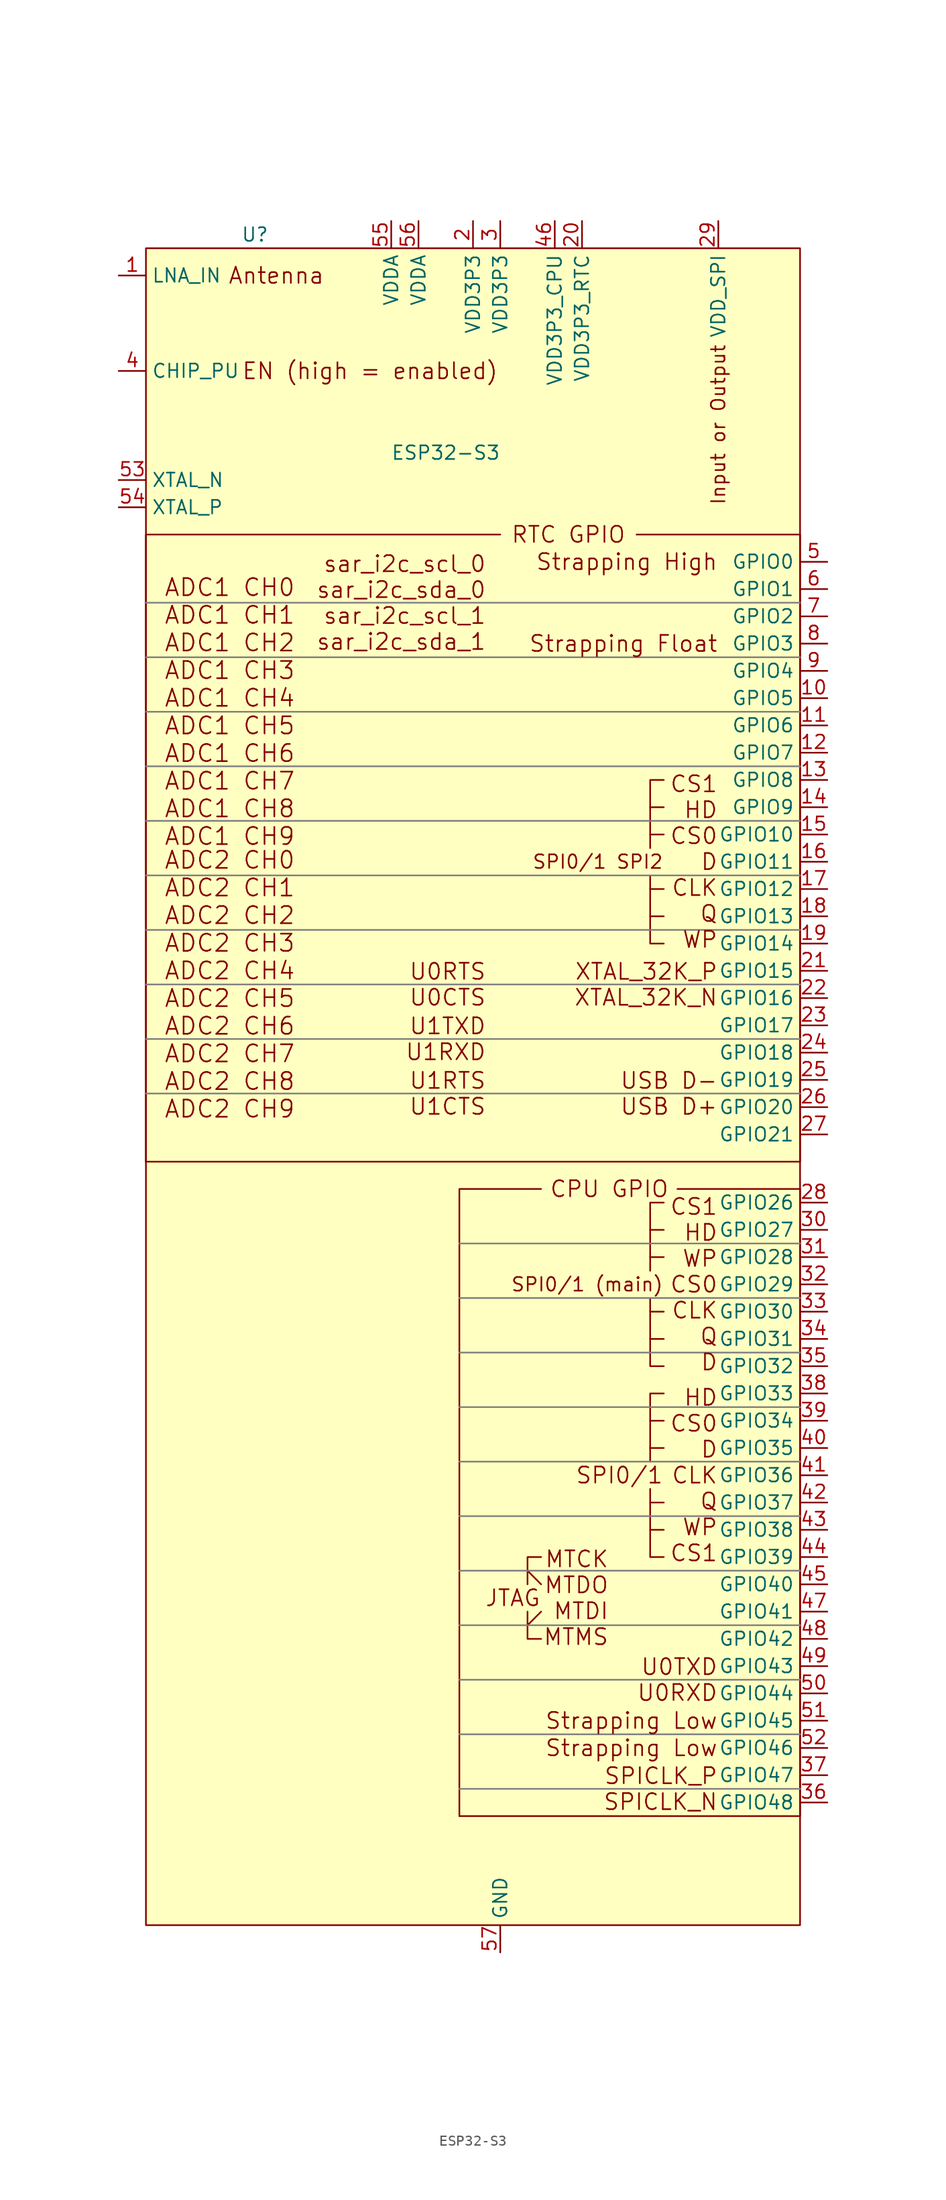
<source format=kicad_sym>
(kicad_symbol_lib
  (version 20231120)
  (generator "kicad_symbol_editor")
  (generator_version "8.0")
  (symbol "ESP32-S3"
    (property "Reference" "U"
      (at -22.86 27.94 0)
      (effects (font (size 1.27 1.27))))
    (property "Value" "ESP32-S3"
      (at -5.08 7.62 0)
      (effects (font (size 1.27 1.27))))
    (symbol "ESP32-S3_0_0"
      (pin bidirectional line (at 30.48 -15.24 180) (length 2.54) (name "GPIO5" (effects (font (size 1.27 1.27)))) (number "10" (effects (font (size 1.27 1.27)))))
      (pin bidirectional line (at 30.48 -17.78 180) (length 2.54) (name "GPIO6" (effects (font (size 1.27 1.27)))) (number "11" (effects (font (size 1.27 1.27)))))
      (pin bidirectional line (at 30.48 -20.32 180) (length 2.54) (name "GPIO7" (effects (font (size 1.27 1.27)))) (number "12" (effects (font (size 1.27 1.27)))))
      (pin bidirectional line (at 30.48 -22.86 180) (length 2.54) (name "GPIO8" (effects (font (size 1.27 1.27)))) (number "13" (effects (font (size 1.27 1.27)))))
      (pin bidirectional line (at 30.48 -25.4 180) (length 2.54) (name "GPIO9" (effects (font (size 1.27 1.27)))) (number "14" (effects (font (size 1.27 1.27)))))
      (pin bidirectional line (at 30.48 -27.94 180) (length 2.54) (name "GPIO10" (effects (font (size 1.27 1.27)))) (number "15" (effects (font (size 1.27 1.27)))))
      (pin bidirectional line (at 30.48 -30.48 180) (length 2.54) (name "GPIO11" (effects (font (size 1.27 1.27)))) (number "16" (effects (font (size 1.27 1.27)))))
      (pin bidirectional line (at 30.48 -33.02 180) (length 2.54) (name "GPIO12" (effects (font (size 1.27 1.27)))) (number "17" (effects (font (size 1.27 1.27)))))
      (pin bidirectional line (at 30.48 -35.56 180) (length 2.54) (name "GPIO13" (effects (font (size 1.27 1.27)))) (number "18" (effects (font (size 1.27 1.27)))))
      (pin bidirectional line (at 30.48 -38.1 180) (length 2.54) (name "GPIO14" (effects (font (size 1.27 1.27)))) (number "19" (effects (font (size 1.27 1.27)))))
      (pin power_in line (at -2.54 29.21 270) (length 2.54) (name "VDD3P3" (effects (font (size 1.27 1.27)))) (number "2" (effects (font (size 1.27 1.27)))))
      (pin power_in line (at 7.62 29.21 270) (length 2.54) (name "VDD3P3_RTC" (effects (font (size 1.27 1.27)))) (number "20" (effects (font (size 1.27 1.27)))))
      (pin bidirectional line (at 30.48 -45.72 180) (length 2.54) (name "GPIO17" (effects (font (size 1.27 1.27)))) (number "23" (effects (font (size 1.27 1.27)))))
      (pin bidirectional line (at 30.48 -48.26 180) (length 2.54) (name "GPIO18" (effects (font (size 1.27 1.27)))) (number "24" (effects (font (size 1.27 1.27)))))
      (pin bidirectional line (at 30.48 -50.8 180) (length 2.54) (name "GPIO19" (effects (font (size 1.27 1.27)))) (number "25" (effects (font (size 1.27 1.27)))))
      (pin bidirectional line (at 30.48 -53.34 180) (length 2.54) (name "GPIO20" (effects (font (size 1.27 1.27)))) (number "26" (effects (font (size 1.27 1.27)))))
      (pin bidirectional line (at 30.48 -55.88 180) (length 2.54) (name "GPIO21" (effects (font (size 1.27 1.27)))) (number "27" (effects (font (size 1.27 1.27)))))
      (pin power_in line (at 0 29.21 270) (length 2.54) (name "VDD3P3" (effects (font (size 1.27 1.27)))) (number "3" (effects (font (size 1.27 1.27)))))
      (pin bidirectional line (at 30.48 -80.01 180) (length 2.54) (name "GPIO33" (effects (font (size 1.27 1.27)))) (number "38" (effects (font (size 1.27 1.27)))))
      (pin bidirectional line (at 30.48 -82.55 180) (length 2.54) (name "GPIO34" (effects (font (size 1.27 1.27)))) (number "39" (effects (font (size 1.27 1.27)))))
      (pin unspecified line (at -35.56 15.24 0) (length 2.54) (name "CHIP_PU" (effects (font (size 1.27 1.27)))) (number "4" (effects (font (size 1.27 1.27)))))
      (pin bidirectional line (at 30.48 -85.09 180) (length 2.54) (name "GPIO35" (effects (font (size 1.27 1.27)))) (number "40" (effects (font (size 1.27 1.27)))))
      (pin bidirectional line (at 30.48 -87.63 180) (length 2.54) (name "GPIO36" (effects (font (size 1.27 1.27)))) (number "41" (effects (font (size 1.27 1.27)))))
      (pin bidirectional line (at 30.48 -90.17 180) (length 2.54) (name "GPIO37" (effects (font (size 1.27 1.27)))) (number "42" (effects (font (size 1.27 1.27)))))
      (pin bidirectional line (at 30.48 -92.71 180) (length 2.54) (name "GPIO38" (effects (font (size 1.27 1.27)))) (number "43" (effects (font (size 1.27 1.27)))))
      (pin power_in line (at 5.08 29.21 270) (length 2.54) (name "VDD3P3_CPU" (effects (font (size 1.27 1.27)))) (number "46" (effects (font (size 1.27 1.27)))))
      (pin bidirectional line (at 30.48 -2.54 180) (length 2.54) (name "GPIO0" (effects (font (size 1.27 1.27)))) (number "5" (effects (font (size 1.27 1.27)))))
      (pin bidirectional line (at 30.48 -110.49 180) (length 2.54) (name "GPIO45" (effects (font (size 1.27 1.27)))) (number "51" (effects (font (size 1.27 1.27)))))
      (pin bidirectional line (at 30.48 -113.03 180) (length 2.54) (name "GPIO46" (effects (font (size 1.27 1.27)))) (number "52" (effects (font (size 1.27 1.27)))))
      (pin unspecified line (at -35.56 5.08 0) (length 2.54) (name "XTAL_N" (effects (font (size 1.27 1.27)))) (number "53" (effects (font (size 1.27 1.27)))))
      (pin unspecified line (at -35.56 2.54 0) (length 2.54) (name "XTAL_P" (effects (font (size 1.27 1.27)))) (number "54" (effects (font (size 1.27 1.27)))))
      (pin power_in line (at -10.16 29.21 270) (length 2.54) (name "VDDA" (effects (font (size 1.27 1.27)))) (number "55" (effects (font (size 1.27 1.27)))))
      (pin power_in line (at -7.62 29.21 270) (length 2.54) (name "VDDA" (effects (font (size 1.27 1.27)))) (number "56" (effects (font (size 1.27 1.27)))))
      (pin power_in line (at 0 -132.08 90) (length 2.54) (name "GND" (effects (font (size 1.27 1.27)))) (number "57" (effects (font (size 1.27 1.27)))))
      (pin bidirectional line (at 30.48 -5.08 180) (length 2.54) (name "GPIO1" (effects (font (size 1.27 1.27)))) (number "6" (effects (font (size 1.27 1.27)))))
      (pin bidirectional line (at 30.48 -7.62 180) (length 2.54) (name "GPIO2" (effects (font (size 1.27 1.27)))) (number "7" (effects (font (size 1.27 1.27)))))
      (pin bidirectional line (at 30.48 -10.16 180) (length 2.54) (name "GPIO3" (effects (font (size 1.27 1.27)))) (number "8" (effects (font (size 1.27 1.27)))))
      (pin bidirectional line (at 30.48 -12.7 180) (length 2.54) (name "GPIO4" (effects (font (size 1.27 1.27)))) (number "9" (effects (font (size 1.27 1.27))))))
    (symbol "ESP32-S3_1_0"
      (rectangle (start -33.02 26.67) (end 27.94 -129.54) (stroke (width 0) (type default)) (fill (type background)))
      (polyline (pts (xy 2.54 -101.6) (xy 3.81 -100.33)) (stroke (width 0) (type default)) (fill (type none)))
      (polyline (pts (xy 2.54 -96.52) (xy 3.81 -97.79)) (stroke (width 0) (type default)) (fill (type none)))
      (polyline (pts (xy 13.97 -92.71) (xy 15.24 -92.71)) (stroke (width 0) (type default)) (fill (type none)))
      (polyline (pts (xy 13.97 -85.09) (xy 15.24 -85.09)) (stroke (width 0) (type default)) (fill (type none)))
      (polyline (pts (xy 13.97 -82.55) (xy 15.24 -82.55)) (stroke (width 0) (type default)) (fill (type none)))
      (polyline (pts (xy 13.97 -74.93) (xy 15.24 -74.93)) (stroke (width 0) (type default)) (fill (type none)))
      (polyline (pts (xy 13.97 -67.31) (xy 15.24 -67.31)) (stroke (width 0) (type default)) (fill (type none)))
      (polyline (pts (xy 13.97 -64.77) (xy 15.24 -64.77)) (stroke (width 0) (type default)) (fill (type none)))
      (polyline (pts (xy 13.97 -35.56) (xy 15.24 -35.56)) (stroke (width 0) (type default)) (fill (type none)))
      (polyline (pts (xy 13.97 -27.94) (xy 15.24 -27.94)) (stroke (width 0) (type default)) (fill (type none)))
      (polyline (pts (xy 13.97 -25.4) (xy 15.24 -25.4)) (stroke (width 0) (type default)) (fill (type none)))
      (polyline (pts (xy 15.24 -90.17) (xy 13.97 -90.17)) (stroke (width 0) (type default)) (fill (type none)))
      (polyline (pts (xy 15.24 -72.39) (xy 13.97 -72.39)) (stroke (width 0) (type default)) (fill (type none)))
      (polyline (pts (xy 15.24 -33.02) (xy 13.97 -33.02)) (stroke (width 0) (type default)) (fill (type none)))
      (polyline (pts (xy 2.54 -100.33) (xy 2.54 -102.87) (xy 3.81 -102.87)) (stroke (width 0) (type default)) (fill (type none)))
      (polyline (pts (xy 2.54 -97.79) (xy 2.54 -95.25) (xy 3.81 -95.25)) (stroke (width 0) (type default)) (fill (type none)))
      (polyline (pts (xy 13.97 -88.9) (xy 13.97 -95.25) (xy 15.24 -95.25)) (stroke (width 0) (type default)) (fill (type none)))
      (polyline (pts (xy 13.97 -86.36) (xy 13.97 -80.01) (xy 15.24 -80.01)) (stroke (width 0) (type default)) (fill (type none)))
      (polyline (pts (xy 13.97 -71.12) (xy 13.97 -77.47) (xy 15.24 -77.47)) (stroke (width 0) (type default)) (fill (type none)))
      (polyline (pts (xy 13.97 -68.58) (xy 13.97 -62.23) (xy 15.24 -62.23)) (stroke (width 0) (type default)) (fill (type none)))
      (polyline (pts (xy 13.97 -31.75) (xy 13.97 -38.1) (xy 15.24 -38.1)) (stroke (width 0) (type default)) (fill (type none)))
      (polyline (pts (xy 13.97 -29.21) (xy 13.97 -22.86) (xy 15.24 -22.86)) (stroke (width 0) (type default)) (fill (type none)))
      (polyline (pts (xy 12.7 0) (xy 27.94 0) (xy 27.94 -58.42) (xy -33.02 -58.42)) (stroke (width 0) (type default)) (fill (type none)))
      (polyline (pts (xy 16.51 -60.96) (xy 27.94 -60.96) (xy 27.94 -119.38) (xy -3.81 -119.38)) (stroke (width 0) (type default)) (fill (type none)))
      (text "HD\nCS0\nD\nCLK\nQ\nWP\nCS1" (at 20.32 -87.63 0) (effects (font (size 1.5 1.5)) (justify right)))
      (text "JTAG" (at 3.81 -99.06 0) (effects (font (size 1.5 1.5)) (justify right)))
      (text "MTCK\nMTDO\nMTDI\nMTMS" (at 10.16 -99.06 0) (effects (font (size 1.5 1.5)) (justify right)))
      (text "SPI0/1" (at 15.24 -87.63 0) (effects (font (size 1.5 1.5)) (justify right)))
      (text "SPI0/1 (main)" (at 15.24 -69.85 0) (effects (font (size 1.27 1.27)) (justify right)))
      (text "SPI0/1 SPI2" (at 15.24 -30.48 0) (effects (font (size 1.27 1.27)) (justify right)))
      (text "SPICLK_P\nSPICLK_N" (at 20.32 -116.84 0) (effects (font (size 1.5 1.5)) (justify right)))
      (text "U0RTS\nU0CTS" (at -1.27 -41.91 0) (effects (font (size 1.5 1.5)) (justify right)))
      (text "U0TXD\nU0RXD" (at 20.32 -106.68 0) (effects (font (size 1.5 1.5)) (justify right)))
      (text "U1RTS\nU1CTS" (at -1.27 -52.07 0) (effects (font (size 1.5 1.5)) (justify right)))
      (text "U1TXD\nU1RXD" (at -1.27 -46.99 0) (effects (font (size 1.5 1.5)) (justify right)))
      (text "USB D-\nUSB D+" (at 20.32 -52.07 0) (effects (font (size 1.5 1.5)) (justify right)))
      (text "XTAL_32K_P\nXTAL_32K_N" (at 20.32 -41.91 0) (effects (font (size 1.5 1.5)) (justify right)))
      (pin output line (at -35.56 24.13 0) (length 2.54) (name "LNA_IN" (effects (font (size 1.27 1.27)))) (number "1" (effects (font (size 1.27 1.27)))))
      (pin bidirectional line (at 30.48 -40.64 180) (length 2.54) (name "GPIO15" (effects (font (size 1.27 1.27)))) (number "21" (effects (font (size 1.27 1.27)))))
      (pin bidirectional line (at 30.48 -43.18 180) (length 2.54) (name "GPIO16" (effects (font (size 1.27 1.27)))) (number "22" (effects (font (size 1.27 1.27)))))
      (pin bidirectional line (at 30.48 -62.23 180) (length 2.54) (name "GPIO26" (effects (font (size 1.27 1.27)))) (number "28" (effects (font (size 1.27 1.27)))))
      (pin unspecified line (at 20.32 29.21 270) (length 2.54) (name "VDD_SPI" (effects (font (size 1.27 1.27)))) (number "29" (effects (font (size 1.27 1.27)))))
      (pin bidirectional line (at 30.48 -64.77 180) (length 2.54) (name "GPIO27" (effects (font (size 1.27 1.27)))) (number "30" (effects (font (size 1.27 1.27)))))
      (pin bidirectional line (at 30.48 -67.31 180) (length 2.54) (name "GPIO28" (effects (font (size 1.27 1.27)))) (number "31" (effects (font (size 1.27 1.27)))))
      (pin bidirectional line (at 30.48 -69.85 180) (length 2.54) (name "GPIO29" (effects (font (size 1.27 1.27)))) (number "32" (effects (font (size 1.27 1.27)))))
      (pin bidirectional line (at 30.48 -72.39 180) (length 2.54) (name "GPIO30" (effects (font (size 1.27 1.27)))) (number "33" (effects (font (size 1.27 1.27)))))
      (pin bidirectional line (at 30.48 -74.93 180) (length 2.54) (name "GPIO31" (effects (font (size 1.27 1.27)))) (number "34" (effects (font (size 1.27 1.27)))))
      (pin bidirectional line (at 30.48 -77.47 180) (length 2.54) (name "GPIO32" (effects (font (size 1.27 1.27)))) (number "35" (effects (font (size 1.27 1.27)))))
      (pin bidirectional line (at 30.48 -118.11 180) (length 2.54) (name "GPIO48" (effects (font (size 1.27 1.27)))) (number "36" (effects (font (size 1.27 1.27)))))
      (pin bidirectional line (at 30.48 -115.57 180) (length 2.54) (name "GPIO47" (effects (font (size 1.27 1.27)))) (number "37" (effects (font (size 1.27 1.27)))))
      (pin bidirectional line (at 30.48 -95.25 180) (length 2.54) (name "GPIO39" (effects (font (size 1.27 1.27)))) (number "44" (effects (font (size 1.27 1.27)))))
      (pin bidirectional line (at 30.48 -97.79 180) (length 2.54) (name "GPIO40" (effects (font (size 1.27 1.27)))) (number "45" (effects (font (size 1.27 1.27)))))
      (pin bidirectional line (at 30.48 -100.33 180) (length 2.54) (name "GPIO41" (effects (font (size 1.27 1.27)))) (number "47" (effects (font (size 1.27 1.27)))))
      (pin bidirectional line (at 30.48 -102.87 180) (length 2.54) (name "GPIO42" (effects (font (size 1.27 1.27)))) (number "48" (effects (font (size 1.27 1.27)))))
      (pin bidirectional line (at 30.48 -105.41 180) (length 2.54) (name "GPIO43" (effects (font (size 1.27 1.27)))) (number "49" (effects (font (size 1.27 1.27)))))
      (pin bidirectional line (at 30.48 -107.95 180) (length 2.54) (name "GPIO44" (effects (font (size 1.27 1.27)))) (number "50" (effects (font (size 1.27 1.27))))))
    (symbol "ESP32-S3_1_1"
      (polyline (pts (xy 27.94 -116.84) (xy -3.81 -116.84)) (stroke (width 0) (type default) (color 127 127 127 1)) (fill (type none)))
      (polyline (pts (xy 27.94 -111.76) (xy -3.81 -111.76)) (stroke (width 0) (type default) (color 127 127 127 1)) (fill (type none)))
      (polyline (pts (xy 27.94 -106.68) (xy -3.81 -106.68)) (stroke (width 0) (type default) (color 127 127 127 1)) (fill (type none)))
      (polyline (pts (xy 27.94 -101.6) (xy -3.81 -101.6)) (stroke (width 0) (type default) (color 127 127 127 1)) (fill (type none)))
      (polyline (pts (xy 27.94 -96.52) (xy -3.81 -96.52)) (stroke (width 0) (type default) (color 127 127 127 1)) (fill (type none)))
      (polyline (pts (xy 27.94 -91.44) (xy -3.81 -91.44)) (stroke (width 0) (type default) (color 127 127 127 1)) (fill (type none)))
      (polyline (pts (xy 27.94 -86.36) (xy -3.81 -86.36)) (stroke (width 0) (type default) (color 127 127 127 1)) (fill (type none)))
      (polyline (pts (xy 27.94 -81.28) (xy -3.81 -81.28)) (stroke (width 0) (type default) (color 127 127 127 1)) (fill (type none)))
      (polyline (pts (xy 27.94 -76.2) (xy -3.81 -76.2)) (stroke (width 0) (type default) (color 127 127 127 1)) (fill (type none)))
      (polyline (pts (xy 27.94 -71.12) (xy -3.81 -71.12)) (stroke (width 0) (type default) (color 127 127 127 1)) (fill (type none)))
      (polyline (pts (xy 27.94 -66.04) (xy -3.81 -66.04)) (stroke (width 0) (type default) (color 127 127 127 1)) (fill (type none)))
      (polyline (pts (xy 27.94 -52.07) (xy -33.02 -52.07)) (stroke (width 0) (type default) (color 127 127 127 1)) (fill (type none)))
      (polyline (pts (xy 27.94 -46.99) (xy -33.02 -46.99)) (stroke (width 0) (type default) (color 127 127 127 1)) (fill (type none)))
      (polyline (pts (xy 27.94 -41.91) (xy -33.02 -41.91)) (stroke (width 0) (type default) (color 127 127 127 1)) (fill (type none)))
      (polyline (pts (xy 27.94 -36.83) (xy -33.02 -36.83)) (stroke (width 0) (type default) (color 127 127 127 1)) (fill (type none)))
      (polyline (pts (xy 27.94 -31.75) (xy -33.02 -31.75)) (stroke (width 0) (type default) (color 127 127 127 1)) (fill (type none)))
      (polyline (pts (xy 27.94 -26.67) (xy -33.02 -26.67)) (stroke (width 0) (type default) (color 127 127 127 1)) (fill (type none)))
      (polyline (pts (xy 27.94 -21.59) (xy -33.02 -21.59)) (stroke (width 0) (type default) (color 127 127 127 1)) (fill (type none)))
      (polyline (pts (xy 27.94 -16.51) (xy -33.02 -16.51)) (stroke (width 0) (type default) (color 127 127 127 1)) (fill (type none)))
      (polyline (pts (xy 27.94 -11.43) (xy -33.02 -11.43)) (stroke (width 0) (type default) (color 127 127 127 1)) (fill (type none)))
      (polyline (pts (xy 27.94 -6.35) (xy -33.02 -6.35)) (stroke (width 0) (type default) (color 127 127 127 1)) (fill (type none)))
      (polyline (pts (xy 0 0) (xy -33.02 0) (xy -33.02 -58.42)) (stroke (width 0) (type default)) (fill (type none)))
      (polyline (pts (xy 3.81 -60.96) (xy -3.81 -60.96) (xy -3.81 -119.38)) (stroke (width 0) (type default)) (fill (type none)))
      (text "ADC1 CH0\nADC1 CH1\nADC1 CH2\nADC1 CH3\nADC1 CH4\nADC1 CH5\nADC1 CH6\nADC1 CH7\nADC1 CH8\nADC1 CH9" (at -19.05 -16.51 0) (effects (font (size 1.6 1.6)) (justify right)))
      (text "ADC2 CH0\nADC2 CH1\nADC2 CH2\nADC2 CH3\nADC2 CH4\nADC2 CH5\nADC2 CH6\nADC2 CH7\nADC2 CH8\nADC2 CH9" (at -19.05 -41.91 0) (effects (font (size 1.6 1.6)) (justify right)))
      (text "Antenna" (at -25.4 24.13 0) (effects (font (size 1.5 1.5)) (justify left)))
      (text "CPU GPIO" (at 10.16 -60.96 0) (effects (font (size 1.5 1.5))))
      (text "CS1\nHD\nCS0\nD\nCLK\nQ\nWP" (at 20.32 -30.48 0) (effects (font (size 1.5 1.5)) (justify right)))
      (text "CS1\nHD\nWP\nCS0\nCLK\nQ\nD" (at 20.32 -69.85 0) (effects (font (size 1.5 1.5)) (justify right)))
      (text "EN (high = enabled)" (at -24.13 15.24 0) (effects (font (size 1.5 1.5)) (justify left)))
      (text "Input or Output" (at 20.32 17.78 900) (effects (font (size 1.27 1.27)) (justify right)))
      (text "RTC GPIO" (at 6.35 0 0) (effects (font (size 1.5 1.5))))
      (text "sar_i2c_scl_0\nsar_i2c_sda_0\nsar_i2c_scl_1\nsar_i2c_sda_1" (at -1.27 -6.35 0) (effects (font (size 1.5 1.5)) (justify right)))
      (text "Strapping Float" (at 20.32 -10.16 0) (effects (font (size 1.5 1.5)) (justify right)))
      (text "Strapping High" (at 20.32 -2.54 0) (effects (font (size 1.5 1.5)) (justify right)))
      (text "Strapping Low" (at 20.32 -113.03 0) (effects (font (size 1.5 1.5)) (justify right)))
      (text "Strapping Low" (at 20.32 -110.49 0) (effects (font (size 1.5 1.5)) (justify right))))))
</source>
